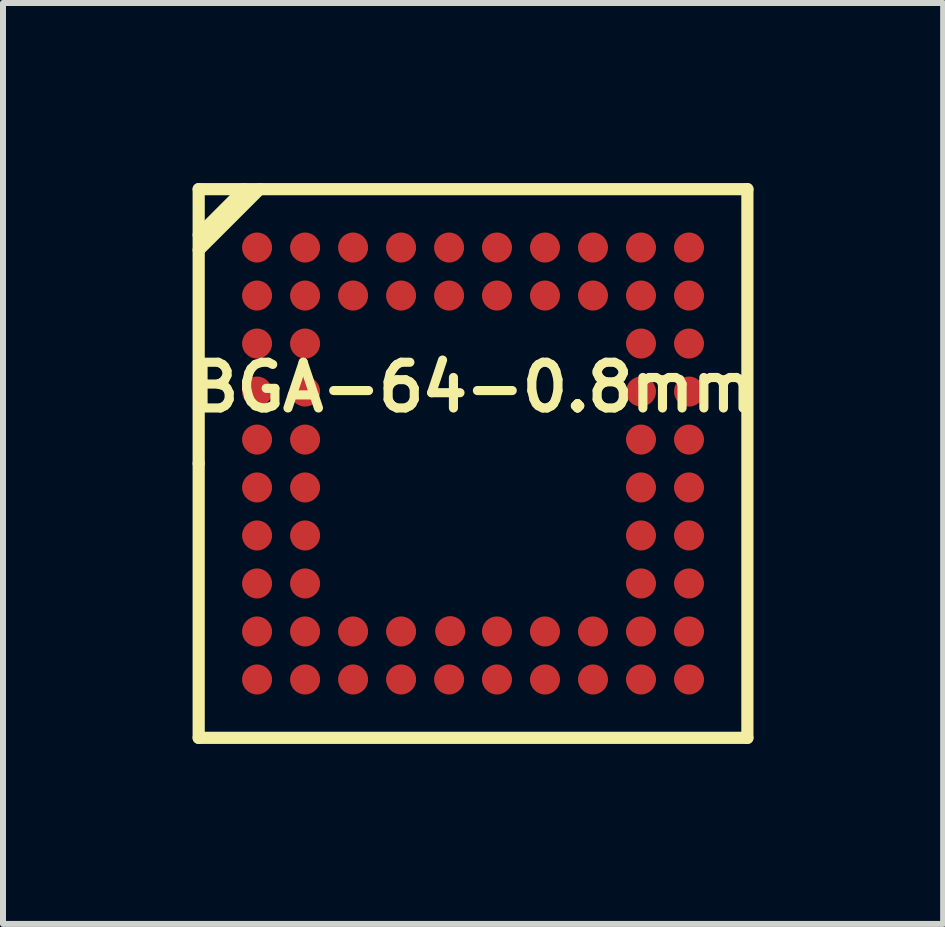
<source format=kicad_pcb>
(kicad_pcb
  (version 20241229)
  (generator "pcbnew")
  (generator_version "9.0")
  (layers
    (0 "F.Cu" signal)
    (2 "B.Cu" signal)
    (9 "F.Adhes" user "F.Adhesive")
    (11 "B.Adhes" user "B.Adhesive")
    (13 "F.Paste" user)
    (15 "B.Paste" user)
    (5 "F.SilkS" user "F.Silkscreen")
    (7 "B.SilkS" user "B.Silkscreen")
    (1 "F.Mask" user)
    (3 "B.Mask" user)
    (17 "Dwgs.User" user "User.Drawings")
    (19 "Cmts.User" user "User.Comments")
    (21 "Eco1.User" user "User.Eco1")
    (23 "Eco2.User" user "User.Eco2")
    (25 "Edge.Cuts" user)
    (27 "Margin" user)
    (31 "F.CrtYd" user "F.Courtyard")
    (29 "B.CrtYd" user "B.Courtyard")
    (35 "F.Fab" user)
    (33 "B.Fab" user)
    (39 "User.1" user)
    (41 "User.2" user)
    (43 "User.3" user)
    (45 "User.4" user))
  (footprint "BGA-64-0.8mm"
    (layer "F.Cu")
    (at 4.833 4.674)
    (property "Reference" "BGA-64-0.8mm" (at 0 -1.27 0) (layer "F.SilkS") (effects (font (size 0.762 0.762) (thickness 0.152))))
    (attr smd)
    (fp_line (start -4.572 -4.572) (end 4.572 -4.572) (stroke (width 0.203) (type solid)) (layer "F.SilkS"))
    (fp_line (start -4.572 -3.81) (end -3.81 -4.572) (stroke (width 0.203) (type solid)) (layer "F.SilkS"))
    (fp_line (start -4.572 -3.556) (end -3.556 -4.572) (stroke (width 0.203) (type solid)) (layer "F.SilkS"))
    (fp_line (start -4.572 0) (end -4.572 -4.572) (stroke (width 0.203) (type solid)) (layer "F.SilkS"))
    (fp_line (start -4.572 4.572) (end -4.572 0) (stroke (width 0.203) (type solid)) (layer "F.SilkS"))
    (fp_line (start 4.572 -4.572) (end 4.572 4.572) (stroke (width 0.203) (type solid)) (layer "F.SilkS"))
    (fp_line (start 4.572 4.572) (end -4.572 4.572) (stroke (width 0.203) (type solid)) (layer "F.SilkS"))
    (pad "A1" smd circle (at -3.599 -3.599) (size 0.5 0.5) (layers "F.Cu" "F.Mask" "F.Paste"))
    (pad "A2" smd circle (at -2.799 -3.599) (size 0.5 0.5) (layers "F.Cu" "F.Mask" "F.Paste"))
    (pad "A3" smd circle (at -1.999 -3.599) (size 0.5 0.5) (layers "F.Cu" "F.Mask" "F.Paste"))
    (pad "A4" smd circle (at -1.199 -3.599) (size 0.5 0.5) (layers "F.Cu" "F.Mask" "F.Paste"))
    (pad "A5" smd circle (at -0.399 -3.599) (size 0.5 0.5) (layers "F.Cu" "F.Mask" "F.Paste"))
    (pad "A6" smd circle (at 0.399 -3.599) (size 0.5 0.5) (layers "F.Cu" "F.Mask" "F.Paste"))
    (pad "A7" smd circle (at 1.199 -3.599) (size 0.5 0.5) (layers "F.Cu" "F.Mask" "F.Paste"))
    (pad "A8" smd circle (at 1.999 -3.599) (size 0.5 0.5) (layers "F.Cu" "F.Mask" "F.Paste"))
    (pad "A9" smd circle (at 2.799 -3.599) (size 0.5 0.5) (layers "F.Cu" "F.Mask" "F.Paste"))
    (pad "A10" smd circle (at 3.599 -3.599) (size 0.5 0.5) (layers "F.Cu" "F.Mask" "F.Paste"))
    (pad "B1" smd circle (at -3.599 -2.799) (size 0.5 0.5) (layers "F.Cu" "F.Mask" "F.Paste"))
    (pad "B2" smd circle (at -2.799 -2.799) (size 0.5 0.5) (layers "F.Cu" "F.Mask" "F.Paste"))
    (pad "B3" smd circle (at -1.999 -2.799) (size 0.5 0.5) (layers "F.Cu" "F.Mask" "F.Paste"))
    (pad "B4" smd circle (at -1.199 -2.799) (size 0.5 0.5) (layers "F.Cu" "F.Mask" "F.Paste"))
    (pad "B5" smd circle (at -0.399 -2.799) (size 0.5 0.5) (layers "F.Cu" "F.Mask" "F.Paste"))
    (pad "B6" smd circle (at 0.399 -2.799) (size 0.5 0.5) (layers "F.Cu" "F.Mask" "F.Paste"))
    (pad "B7" smd circle (at 1.199 -2.799) (size 0.5 0.5) (layers "F.Cu" "F.Mask" "F.Paste"))
    (pad "B8" smd circle (at 1.999 -2.799) (size 0.5 0.5) (layers "F.Cu" "F.Mask" "F.Paste"))
    (pad "B9" smd circle (at 2.799 -2.799) (size 0.5 0.5) (layers "F.Cu" "F.Mask" "F.Paste"))
    (pad "B10" smd circle (at 3.599 -2.799) (size 0.5 0.5) (layers "F.Cu" "F.Mask" "F.Paste"))
    (pad "C1" smd circle (at -3.599 -1.999) (size 0.5 0.5) (layers "F.Cu" "F.Mask" "F.Paste"))
    (pad "C2" smd circle (at -2.799 -1.999) (size 0.5 0.5) (layers "F.Cu" "F.Mask" "F.Paste"))
    (pad "C9" smd circle (at 2.799 -1.999) (size 0.5 0.5) (layers "F.Cu" "F.Mask" "F.Paste"))
    (pad "C10" smd circle (at 3.599 -1.999) (size 0.5 0.5) (layers "F.Cu" "F.Mask" "F.Paste"))
    (pad "D1" smd circle (at -3.599 -1.199) (size 0.5 0.5) (layers "F.Cu" "F.Mask" "F.Paste"))
    (pad "D2" smd circle (at -2.799 -1.199) (size 0.5 0.5) (layers "F.Cu" "F.Mask" "F.Paste"))
    (pad "D9" smd circle (at 2.799 -1.199) (size 0.5 0.5) (layers "F.Cu" "F.Mask" "F.Paste"))
    (pad "D10" smd circle (at 3.599 -1.199) (size 0.5 0.5) (layers "F.Cu" "F.Mask" "F.Paste"))
    (pad "E1" smd circle (at -3.599 -0.399) (size 0.5 0.5) (layers "F.Cu" "F.Mask" "F.Paste"))
    (pad "E2" smd circle (at -2.799 -0.399) (size 0.5 0.5) (layers "F.Cu" "F.Mask" "F.Paste"))
    (pad "E9" smd circle (at 2.799 -0.399) (size 0.5 0.5) (layers "F.Cu" "F.Mask" "F.Paste"))
    (pad "E10" smd circle (at 3.599 -0.399) (size 0.5 0.5) (layers "F.Cu" "F.Mask" "F.Paste"))
    (pad "F1" smd circle (at -3.599 0.399) (size 0.5 0.5) (layers "F.Cu" "F.Mask" "F.Paste"))
    (pad "F2" smd circle (at -2.799 0.399) (size 0.5 0.5) (layers "F.Cu" "F.Mask" "F.Paste"))
    (pad "F9" smd circle (at 2.799 0.399) (size 0.5 0.5) (layers "F.Cu" "F.Mask" "F.Paste"))
    (pad "F10" smd circle (at 3.599 0.399) (size 0.5 0.5) (layers "F.Cu" "F.Mask" "F.Paste"))
    (pad "G1" smd circle (at -3.599 1.199) (size 0.5 0.5) (layers "F.Cu" "F.Mask" "F.Paste"))
    (pad "G2" smd circle (at -2.799 1.199) (size 0.5 0.5) (layers "F.Cu" "F.Mask" "F.Paste"))
    (pad "G9" smd circle (at 2.799 1.199) (size 0.5 0.5) (layers "F.Cu" "F.Mask" "F.Paste"))
    (pad "G10" smd circle (at 3.599 1.199) (size 0.5 0.5) (layers "F.Cu" "F.Mask" "F.Paste"))
    (pad "H1" smd circle (at -3.599 1.999) (size 0.5 0.5) (layers "F.Cu" "F.Mask" "F.Paste"))
    (pad "H2" smd circle (at -2.799 1.999) (size 0.5 0.5) (layers "F.Cu" "F.Mask" "F.Paste"))
    (pad "H9" smd circle (at 2.799 1.999) (size 0.5 0.5) (layers "F.Cu" "F.Mask" "F.Paste"))
    (pad "H10" smd circle (at 3.599 1.999) (size 0.5 0.5) (layers "F.Cu" "F.Mask" "F.Paste"))
    (pad "J1" smd circle (at -3.599 2.799) (size 0.5 0.5) (layers "F.Cu" "F.Mask" "F.Paste"))
    (pad "J2" smd circle (at -2.799 2.799) (size 0.5 0.5) (layers "F.Cu" "F.Mask" "F.Paste"))
    (pad "J3" smd circle (at -1.999 2.799) (size 0.5 0.5) (layers "F.Cu" "F.Mask" "F.Paste"))
    (pad "J4" smd circle (at -1.199 2.799) (size 0.5 0.5) (layers "F.Cu" "F.Mask" "F.Paste"))
    (pad "J5" smd circle (at -0.381 2.794) (size 0.5 0.5) (layers "F.Cu" "F.Mask" "F.Paste"))
    (pad "J6" smd circle (at 0.399 2.799) (size 0.5 0.5) (layers "F.Cu" "F.Mask" "F.Paste"))
    (pad "J7" smd circle (at 1.199 2.799) (size 0.5 0.5) (layers "F.Cu" "F.Mask" "F.Paste"))
    (pad "J8" smd circle (at 1.999 2.799) (size 0.5 0.5) (layers "F.Cu" "F.Mask" "F.Paste"))
    (pad "J9" smd circle (at 2.799 2.799) (size 0.5 0.5) (layers "F.Cu" "F.Mask" "F.Paste"))
    (pad "J10" smd circle (at 3.599 2.799) (size 0.5 0.5) (layers "F.Cu" "F.Mask" "F.Paste"))
    (pad "K1" smd circle (at -3.599 3.599) (size 0.5 0.5) (layers "F.Cu" "F.Mask" "F.Paste"))
    (pad "K2" smd circle (at -2.799 3.599) (size 0.5 0.5) (layers "F.Cu" "F.Mask" "F.Paste"))
    (pad "K3" smd circle (at -1.999 3.599) (size 0.5 0.5) (layers "F.Cu" "F.Mask" "F.Paste"))
    (pad "K4" smd circle (at -1.199 3.599) (size 0.5 0.5) (layers "F.Cu" "F.Mask" "F.Paste"))
    (pad "K5" smd circle (at -0.399 3.599) (size 0.5 0.5) (layers "F.Cu" "F.Mask" "F.Paste"))
    (pad "K6" smd circle (at 0.399 3.599) (size 0.5 0.5) (layers "F.Cu" "F.Mask" "F.Paste"))
    (pad "K7" smd circle (at 1.199 3.599) (size 0.5 0.5) (layers "F.Cu" "F.Mask" "F.Paste"))
    (pad "K8" smd circle (at 1.999 3.599) (size 0.5 0.5) (layers "F.Cu" "F.Mask" "F.Paste"))
    (pad "K9" smd circle (at 2.799 3.599) (size 0.5 0.5) (layers "F.Cu" "F.Mask" "F.Paste"))
    (pad "K10" smd circle (at 3.599 3.599) (size 0.5 0.5) (layers "F.Cu" "F.Mask" "F.Paste")))
  (gr_rect
    (start -3 -3)
    (end 12.667 12.347)
    (stroke (width 0.1) (type default))
    (fill no)
    (layer "Edge.Cuts")))
</source>
